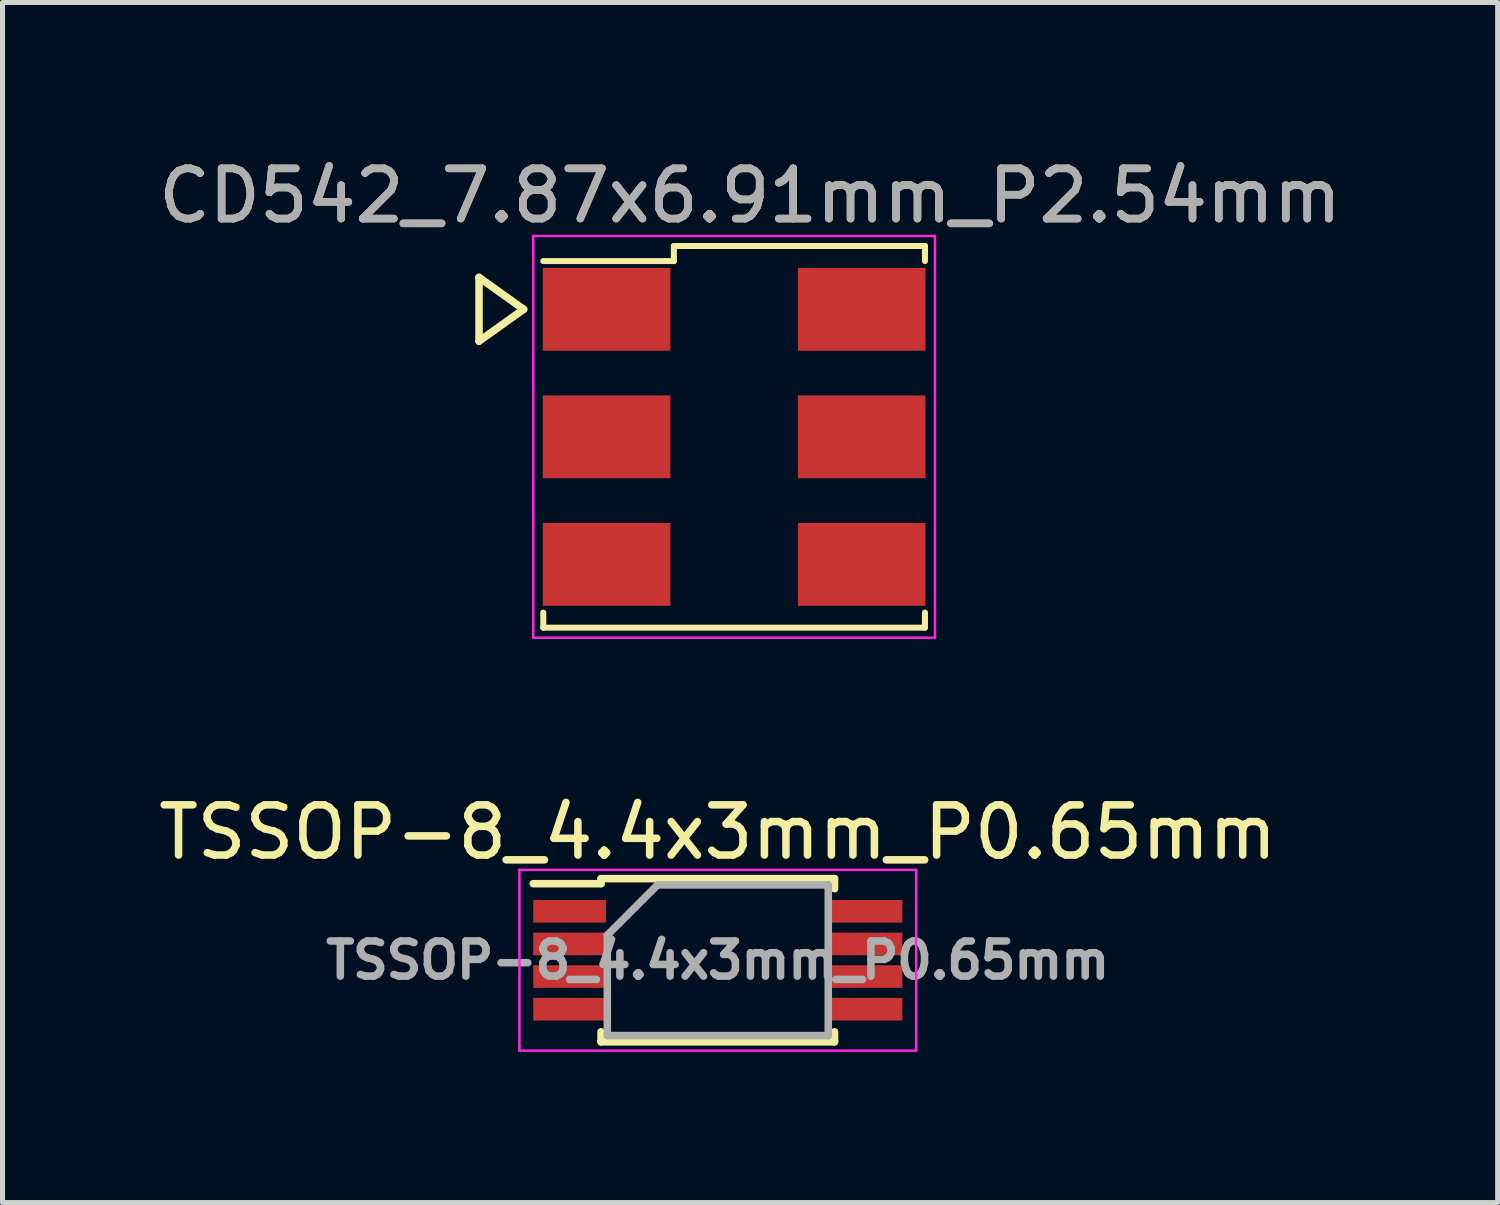
<source format=kicad_pcb>
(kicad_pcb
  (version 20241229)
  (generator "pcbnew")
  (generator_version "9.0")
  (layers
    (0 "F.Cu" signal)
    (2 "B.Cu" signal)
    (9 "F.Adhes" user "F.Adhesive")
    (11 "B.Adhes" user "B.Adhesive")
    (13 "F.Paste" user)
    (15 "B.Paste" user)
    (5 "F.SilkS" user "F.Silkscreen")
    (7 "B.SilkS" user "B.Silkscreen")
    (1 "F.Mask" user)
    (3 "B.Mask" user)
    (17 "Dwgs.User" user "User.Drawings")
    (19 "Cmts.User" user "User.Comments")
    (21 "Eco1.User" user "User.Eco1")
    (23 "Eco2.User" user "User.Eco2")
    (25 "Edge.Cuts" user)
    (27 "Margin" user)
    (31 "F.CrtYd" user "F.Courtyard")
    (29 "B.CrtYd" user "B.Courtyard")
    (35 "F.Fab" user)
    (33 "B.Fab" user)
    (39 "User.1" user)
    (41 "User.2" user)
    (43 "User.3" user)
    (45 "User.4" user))
  (footprint "CD542_7.87x6.91mm_P2.54mm"
    (layer "F.Cu")
    (at 11.569 5.649)
    (property "Reference" "CD542_7.87x6.91mm_P2.54mm" (at 0.318 -4.801 0) (layer "F.SilkS") (effects (font (size 1 1) (thickness 0.15))))
    (attr smd)
    (fp_line (start -5.08 -1.905) (end -5.08 -3.175) (stroke (width 0.15) (type solid)) (layer "F.SilkS"))
    (fp_line (start -4.191 -2.54) (end -5.08 -3.175) (stroke (width 0.15) (type solid)) (layer "F.SilkS"))
    (fp_line (start -4.191 -2.54) (end -5.08 -1.905) (stroke (width 0.15) (type solid)) (layer "F.SilkS"))
    (fp_line (start -3.8 3.8) (end -3.8 3.5) (stroke (width 0.12) (type solid)) (layer "F.SilkS"))
    (fp_line (start -1.2 -3.8) (end -1.2 -3.5) (stroke (width 0.12) (type solid)) (layer "F.SilkS"))
    (fp_line (start -1.2 -3.8) (end 3.8 -3.8) (stroke (width 0.12) (type solid)) (layer "F.SilkS"))
    (fp_line (start -1.2 -3.5) (end -3.8 -3.5) (stroke (width 0.12) (type solid)) (layer "F.SilkS"))
    (fp_line (start 3.8 -3.5) (end 3.8 -3.8) (stroke (width 0.12) (type solid)) (layer "F.SilkS"))
    (fp_line (start 3.8 3.5) (end 3.8 3.8) (stroke (width 0.12) (type solid)) (layer "F.SilkS"))
    (fp_line (start 3.8 3.8) (end -3.8 3.8) (stroke (width 0.12) (type solid)) (layer "F.SilkS"))
    (fp_line (start -4 -4) (end -4 4) (stroke (width 0.05) (type solid)) (layer "F.CrtYd"))
    (fp_line (start -4 -4) (end 4 -4) (stroke (width 0.05) (type solid)) (layer "F.CrtYd"))
    (fp_line (start 4 4) (end -4 4) (stroke (width 0.05) (type solid)) (layer "F.CrtYd"))
    (fp_line (start 4 4) (end 4 -4) (stroke (width 0.05) (type solid)) (layer "F.CrtYd"))
    (fp_text user "${REFERENCE}" (at 0.318 -4.801 0) (layer "F.Fab") (effects (font (size 1 1) (thickness 0.15))))
    (pad "1" smd rect (at -2.54 -2.54) (size 2.54 1.65) (layers "F.Cu" "F.Mask" "F.Paste"))
    (pad "2" smd rect (at -2.54 0) (size 2.54 1.65) (layers "F.Cu" "F.Mask" "F.Paste"))
    (pad "3" smd rect (at -2.54 2.54) (size 2.54 1.65) (layers "F.Cu" "F.Mask" "F.Paste"))
    (pad "4" smd rect (at 2.54 2.54) (size 2.54 1.65) (layers "F.Cu" "F.Mask" "F.Paste"))
    (pad "5" smd rect (at 2.54 0) (size 2.54 1.65) (layers "F.Cu" "F.Mask" "F.Paste"))
    (pad "6" smd rect (at 2.54 -2.54) (size 2.54 1.65) (layers "F.Cu" "F.Mask" "F.Paste")))
  (footprint "TSSOP-8_4.4x3mm_P0.65mm"
    (layer "F.Cu")
    (at 11.244 16.072)
    (property "Reference" "TSSOP-8_4.4x3mm_P0.65mm" (at 0 -2.55 0) (layer "F.SilkS") (effects (font (size 1 1) (thickness 0.15))))
    (attr smd)
    (fp_line (start -2.325 -1.625) (end -2.325 -1.525) (stroke (width 0.15) (type solid)) (layer "F.SilkS"))
    (fp_line (start -2.325 -1.625) (end 2.325 -1.625) (stroke (width 0.15) (type solid)) (layer "F.SilkS"))
    (fp_line (start -2.325 -1.525) (end -3.675 -1.525) (stroke (width 0.15) (type solid)) (layer "F.SilkS"))
    (fp_line (start -2.325 1.625) (end -2.325 1.425) (stroke (width 0.15) (type solid)) (layer "F.SilkS"))
    (fp_line (start -2.325 1.625) (end 2.325 1.625) (stroke (width 0.15) (type solid)) (layer "F.SilkS"))
    (fp_line (start 2.325 -1.625) (end 2.325 -1.425) (stroke (width 0.15) (type solid)) (layer "F.SilkS"))
    (fp_line (start 2.325 1.625) (end 2.325 1.425) (stroke (width 0.15) (type solid)) (layer "F.SilkS"))
    (fp_line (start -3.95 -1.8) (end -3.95 1.8) (stroke (width 0.05) (type solid)) (layer "F.CrtYd"))
    (fp_line (start -3.95 -1.8) (end 3.95 -1.8) (stroke (width 0.05) (type solid)) (layer "F.CrtYd"))
    (fp_line (start -3.95 1.8) (end 3.95 1.8) (stroke (width 0.05) (type solid)) (layer "F.CrtYd"))
    (fp_line (start 3.95 -1.8) (end 3.95 1.8) (stroke (width 0.05) (type solid)) (layer "F.CrtYd"))
    (fp_line (start -2.2 -0.5) (end -1.2 -1.5) (stroke (width 0.15) (type solid)) (layer "F.Fab"))
    (fp_line (start -2.2 1.5) (end -2.2 -0.5) (stroke (width 0.15) (type solid)) (layer "F.Fab"))
    (fp_line (start -1.2 -1.5) (end 2.2 -1.5) (stroke (width 0.15) (type solid)) (layer "F.Fab"))
    (fp_line (start 2.2 -1.5) (end 2.2 1.5) (stroke (width 0.15) (type solid)) (layer "F.Fab"))
    (fp_line (start 2.2 1.5) (end -2.2 1.5) (stroke (width 0.15) (type solid)) (layer "F.Fab"))
    (fp_text user "${REFERENCE}" (at 0 0 0) (layer "F.Fab") (effects (font (size 0.7 0.7) (thickness 0.15))))
    (pad "1" smd rect (at -2.95 -0.975) (size 1.45 0.45) (layers "F.Cu" "F.Mask" "F.Paste"))
    (pad "2" smd rect (at -2.95 -0.325) (size 1.45 0.45) (layers "F.Cu" "F.Mask" "F.Paste"))
    (pad "3" smd rect (at -2.95 0.325) (size 1.45 0.45) (layers "F.Cu" "F.Mask" "F.Paste"))
    (pad "4" smd rect (at -2.95 0.975) (size 1.45 0.45) (layers "F.Cu" "F.Mask" "F.Paste"))
    (pad "5" smd rect (at 2.95 0.975) (size 1.45 0.45) (layers "F.Cu" "F.Mask" "F.Paste"))
    (pad "6" smd rect (at 2.95 0.325) (size 1.45 0.45) (layers "F.Cu" "F.Mask" "F.Paste"))
    (pad "7" smd rect (at 2.95 -0.325) (size 1.45 0.45) (layers "F.Cu" "F.Mask" "F.Paste"))
    (pad "8" smd rect (at 2.95 -0.975) (size 1.45 0.45) (layers "F.Cu" "F.Mask" "F.Paste")))
  (gr_rect
    (start -3 -3)
    (end 26.774 20.897)
    (stroke (width 0.1) (type default))
    (fill no)
    (layer "Edge.Cuts")))
</source>
